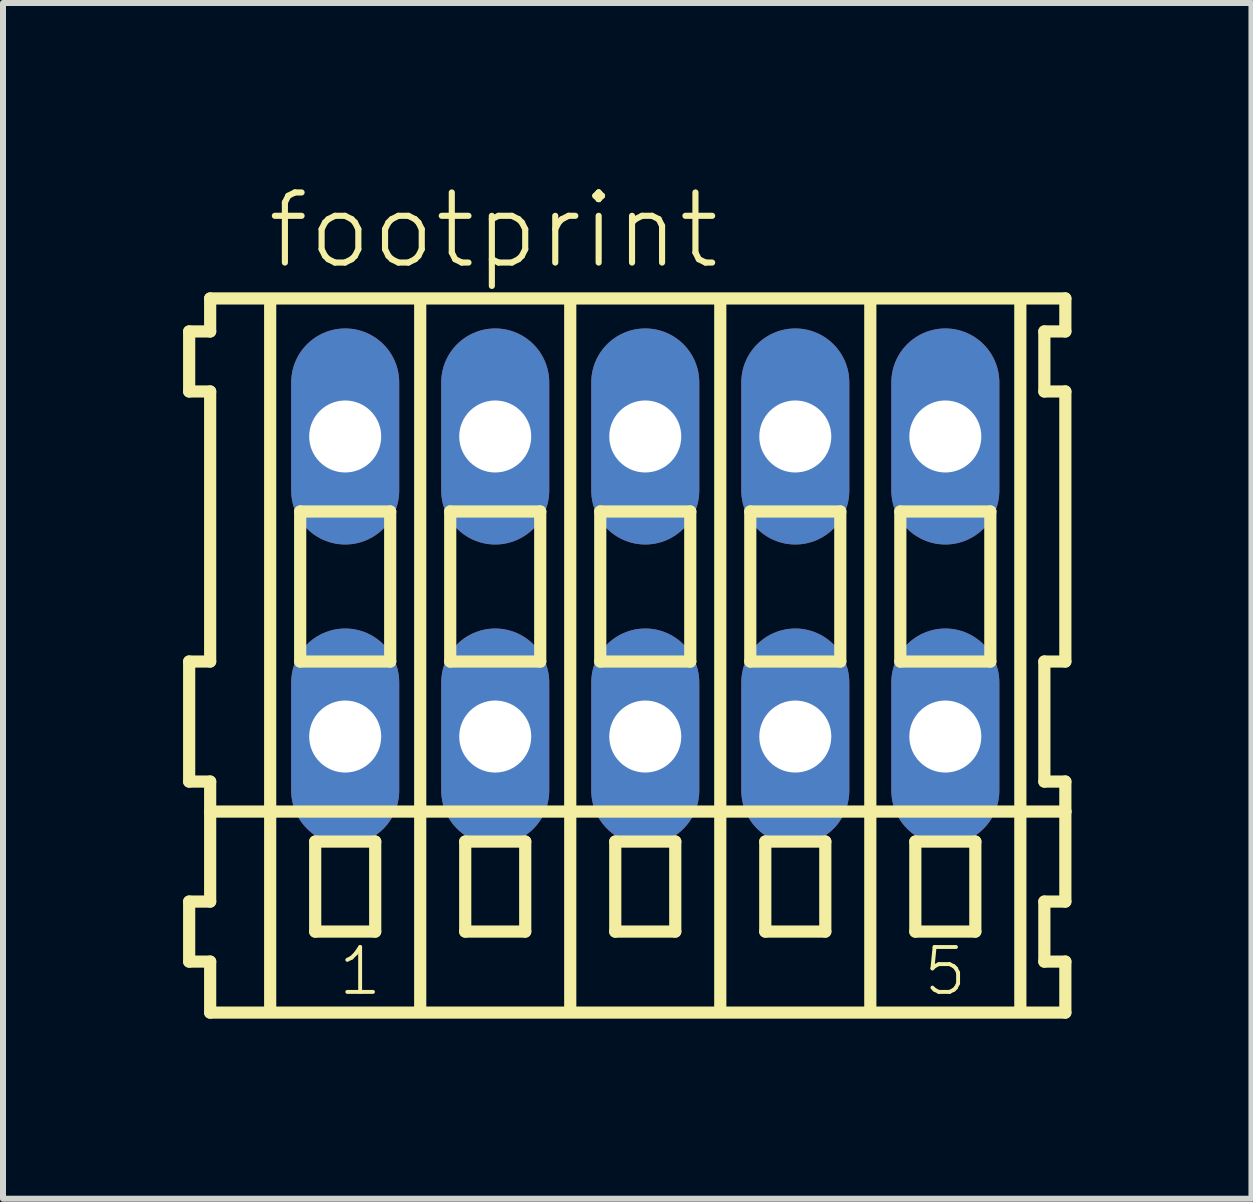
<source format=kicad_pcb>
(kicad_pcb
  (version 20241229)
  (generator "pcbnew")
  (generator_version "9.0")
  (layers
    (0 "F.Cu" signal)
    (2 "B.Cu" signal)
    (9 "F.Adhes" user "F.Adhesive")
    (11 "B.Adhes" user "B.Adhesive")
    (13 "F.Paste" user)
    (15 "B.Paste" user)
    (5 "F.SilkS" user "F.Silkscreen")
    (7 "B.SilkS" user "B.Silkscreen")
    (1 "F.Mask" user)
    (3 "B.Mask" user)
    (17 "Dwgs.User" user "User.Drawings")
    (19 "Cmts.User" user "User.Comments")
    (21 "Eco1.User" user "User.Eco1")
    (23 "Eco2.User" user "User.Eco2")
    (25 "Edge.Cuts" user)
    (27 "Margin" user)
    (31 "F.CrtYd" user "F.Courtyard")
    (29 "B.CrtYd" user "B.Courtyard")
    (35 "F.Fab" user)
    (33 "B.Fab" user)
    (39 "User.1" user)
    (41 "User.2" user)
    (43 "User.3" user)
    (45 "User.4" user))
  (footprint "footprint"
    (layer "F.Cu")
    (at 7.702 6.723)
    (property "Reference" "footprint" (at -6.35 -5.25 0) (layer "F.SilkS") (effects (font (size 1.168 1.168) (thickness 0.102)) (justify left bottom)))
    (fp_line (start -7.6 -4.25) (end -7.6 -3.25) (stroke (width 0.203) (type solid)) (layer "F.SilkS"))
    (fp_line (start -7.6 -3.25) (end -7.25 -3.25) (stroke (width 0.203) (type solid)) (layer "F.SilkS"))
    (fp_line (start -7.6 1.25) (end -7.6 3.25) (stroke (width 0.203) (type solid)) (layer "F.SilkS"))
    (fp_line (start -7.6 3.25) (end -7.25 3.25) (stroke (width 0.203) (type solid)) (layer "F.SilkS"))
    (fp_line (start -7.6 5.25) (end -7.6 6.25) (stroke (width 0.203) (type solid)) (layer "F.SilkS"))
    (fp_line (start -7.6 6.25) (end -7.25 6.25) (stroke (width 0.203) (type solid)) (layer "F.SilkS"))
    (fp_line (start -7.25 -4.8) (end -7.25 -4.25) (stroke (width 0.203) (type solid)) (layer "F.SilkS"))
    (fp_line (start -7.25 -4.25) (end -7.6 -4.25) (stroke (width 0.203) (type solid)) (layer "F.SilkS"))
    (fp_line (start -7.25 -3.25) (end -7.25 1.25) (stroke (width 0.203) (type solid)) (layer "F.SilkS"))
    (fp_line (start -7.25 1.25) (end -7.6 1.25) (stroke (width 0.203) (type solid)) (layer "F.SilkS"))
    (fp_line (start -7.25 3.25) (end -7.25 5.25) (stroke (width 0.203) (type solid)) (layer "F.SilkS"))
    (fp_line (start -7.25 3.75) (end 7 3.75) (stroke (width 0.203) (type solid)) (layer "F.SilkS"))
    (fp_line (start -7.25 5.25) (end -7.6 5.25) (stroke (width 0.203) (type solid)) (layer "F.SilkS"))
    (fp_line (start -7.25 6.25) (end -7.25 7.1) (stroke (width 0.203) (type solid)) (layer "F.SilkS"))
    (fp_line (start -7.25 7.1) (end 7 7.1) (stroke (width 0.203) (type solid)) (layer "F.SilkS"))
    (fp_line (start -6.25 -4.75) (end -6.25 7) (stroke (width 0.203) (type solid)) (layer "F.SilkS"))
    (fp_line (start -5.75 -1.25) (end -5.75 1.25) (stroke (width 0.203) (type solid)) (layer "F.SilkS"))
    (fp_line (start -5.75 1.25) (end -4.25 1.25) (stroke (width 0.203) (type solid)) (layer "F.SilkS"))
    (fp_line (start -5.5 4.25) (end -5.5 5.75) (stroke (width 0.203) (type solid)) (layer "F.SilkS"))
    (fp_line (start -5.5 5.75) (end -4.5 5.75) (stroke (width 0.203) (type solid)) (layer "F.SilkS"))
    (fp_line (start -4.5 4.25) (end -5.5 4.25) (stroke (width 0.203) (type solid)) (layer "F.SilkS"))
    (fp_line (start -4.5 5.75) (end -4.5 4.25) (stroke (width 0.203) (type solid)) (layer "F.SilkS"))
    (fp_line (start -4.25 -1.25) (end -5.75 -1.25) (stroke (width 0.203) (type solid)) (layer "F.SilkS"))
    (fp_line (start -4.25 1.25) (end -4.25 -1.25) (stroke (width 0.203) (type solid)) (layer "F.SilkS"))
    (fp_line (start -3.75 -4.75) (end -3.75 7) (stroke (width 0.203) (type solid)) (layer "F.SilkS"))
    (fp_line (start -3.25 -1.25) (end -3.25 1.25) (stroke (width 0.203) (type solid)) (layer "F.SilkS"))
    (fp_line (start -3.25 1.25) (end -1.75 1.25) (stroke (width 0.203) (type solid)) (layer "F.SilkS"))
    (fp_line (start -3 4.25) (end -3 5.75) (stroke (width 0.203) (type solid)) (layer "F.SilkS"))
    (fp_line (start -3 5.75) (end -2 5.75) (stroke (width 0.203) (type solid)) (layer "F.SilkS"))
    (fp_line (start -2 4.25) (end -3 4.25) (stroke (width 0.203) (type solid)) (layer "F.SilkS"))
    (fp_line (start -2 5.75) (end -2 4.25) (stroke (width 0.203) (type solid)) (layer "F.SilkS"))
    (fp_line (start -1.75 -1.25) (end -3.25 -1.25) (stroke (width 0.203) (type solid)) (layer "F.SilkS"))
    (fp_line (start -1.75 1.25) (end -1.75 -1.25) (stroke (width 0.203) (type solid)) (layer "F.SilkS"))
    (fp_line (start -1.25 -4.75) (end -1.25 7) (stroke (width 0.203) (type solid)) (layer "F.SilkS"))
    (fp_line (start -0.75 -1.25) (end -0.75 1.25) (stroke (width 0.203) (type solid)) (layer "F.SilkS"))
    (fp_line (start -0.75 1.25) (end 0.75 1.25) (stroke (width 0.203) (type solid)) (layer "F.SilkS"))
    (fp_line (start -0.5 4.25) (end -0.5 5.75) (stroke (width 0.203) (type solid)) (layer "F.SilkS"))
    (fp_line (start -0.5 5.75) (end 0.5 5.75) (stroke (width 0.203) (type solid)) (layer "F.SilkS"))
    (fp_line (start 0.5 4.25) (end -0.5 4.25) (stroke (width 0.203) (type solid)) (layer "F.SilkS"))
    (fp_line (start 0.5 5.75) (end 0.5 4.25) (stroke (width 0.203) (type solid)) (layer "F.SilkS"))
    (fp_line (start 0.75 -1.25) (end -0.75 -1.25) (stroke (width 0.203) (type solid)) (layer "F.SilkS"))
    (fp_line (start 0.75 1.25) (end 0.75 -1.25) (stroke (width 0.203) (type solid)) (layer "F.SilkS"))
    (fp_line (start 1.25 -4.75) (end 1.25 7) (stroke (width 0.203) (type solid)) (layer "F.SilkS"))
    (fp_line (start 1.75 -1.25) (end 1.75 1.25) (stroke (width 0.203) (type solid)) (layer "F.SilkS"))
    (fp_line (start 1.75 1.25) (end 3.25 1.25) (stroke (width 0.203) (type solid)) (layer "F.SilkS"))
    (fp_line (start 2 4.25) (end 2 5.75) (stroke (width 0.203) (type solid)) (layer "F.SilkS"))
    (fp_line (start 2 5.75) (end 3 5.75) (stroke (width 0.203) (type solid)) (layer "F.SilkS"))
    (fp_line (start 3 4.25) (end 2 4.25) (stroke (width 0.203) (type solid)) (layer "F.SilkS"))
    (fp_line (start 3 5.75) (end 3 4.25) (stroke (width 0.203) (type solid)) (layer "F.SilkS"))
    (fp_line (start 3.25 -1.25) (end 1.75 -1.25) (stroke (width 0.203) (type solid)) (layer "F.SilkS"))
    (fp_line (start 3.25 1.25) (end 3.25 -1.25) (stroke (width 0.203) (type solid)) (layer "F.SilkS"))
    (fp_line (start 3.75 -4.75) (end 3.75 7) (stroke (width 0.203) (type solid)) (layer "F.SilkS"))
    (fp_line (start 4.25 -1.25) (end 4.25 1.25) (stroke (width 0.203) (type solid)) (layer "F.SilkS"))
    (fp_line (start 4.25 1.25) (end 5.75 1.25) (stroke (width 0.203) (type solid)) (layer "F.SilkS"))
    (fp_line (start 4.5 4.25) (end 4.5 5.75) (stroke (width 0.203) (type solid)) (layer "F.SilkS"))
    (fp_line (start 4.5 5.75) (end 5.5 5.75) (stroke (width 0.203) (type solid)) (layer "F.SilkS"))
    (fp_line (start 5.5 4.25) (end 4.5 4.25) (stroke (width 0.203) (type solid)) (layer "F.SilkS"))
    (fp_line (start 5.5 5.75) (end 5.5 4.25) (stroke (width 0.203) (type solid)) (layer "F.SilkS"))
    (fp_line (start 5.75 -1.25) (end 4.25 -1.25) (stroke (width 0.203) (type solid)) (layer "F.SilkS"))
    (fp_line (start 5.75 1.25) (end 5.75 -1.25) (stroke (width 0.203) (type solid)) (layer "F.SilkS"))
    (fp_line (start 6.25 -4.75) (end 6.25 7) (stroke (width 0.203) (type solid)) (layer "F.SilkS"))
    (fp_line (start 6.65 -4.25) (end 6.65 -3.25) (stroke (width 0.203) (type solid)) (layer "F.SilkS"))
    (fp_line (start 6.65 -3.25) (end 7 -3.25) (stroke (width 0.203) (type solid)) (layer "F.SilkS"))
    (fp_line (start 6.65 1.25) (end 6.65 3.25) (stroke (width 0.203) (type solid)) (layer "F.SilkS"))
    (fp_line (start 6.65 3.25) (end 7 3.25) (stroke (width 0.203) (type solid)) (layer "F.SilkS"))
    (fp_line (start 6.65 5.25) (end 6.65 6.25) (stroke (width 0.203) (type solid)) (layer "F.SilkS"))
    (fp_line (start 6.65 6.25) (end 7 6.25) (stroke (width 0.203) (type solid)) (layer "F.SilkS"))
    (fp_line (start 7 -4.8) (end -7.25 -4.8) (stroke (width 0.203) (type solid)) (layer "F.SilkS"))
    (fp_line (start 7 -4.25) (end 6.65 -4.25) (stroke (width 0.203) (type solid)) (layer "F.SilkS"))
    (fp_line (start 7 -4.25) (end 7 -4.8) (stroke (width 0.203) (type solid)) (layer "F.SilkS"))
    (fp_line (start 7 1.25) (end 6.65 1.25) (stroke (width 0.203) (type solid)) (layer "F.SilkS"))
    (fp_line (start 7 1.25) (end 7 -3.25) (stroke (width 0.203) (type solid)) (layer "F.SilkS"))
    (fp_line (start 7 3.75) (end 7 3.25) (stroke (width 0.203) (type solid)) (layer "F.SilkS"))
    (fp_line (start 7 5.25) (end 6.65 5.25) (stroke (width 0.203) (type solid)) (layer "F.SilkS"))
    (fp_line (start 7 5.25) (end 7 3.75) (stroke (width 0.203) (type solid)) (layer "F.SilkS"))
    (fp_line (start 7 7.1) (end 7 6.25) (stroke (width 0.203) (type solid)) (layer "F.SilkS"))
    (fp_text user "5" (at 4.6 6.85 0) (layer "F.SilkS") (effects (font (size 0.748 0.748) (thickness 0.065)) (justify left bottom)))
    (fp_text user "1" (at -5.15 6.85 0) (layer "F.SilkS") (effects (font (size 0.748 0.748) (thickness 0.065)) (justify left bottom)))
    (pad "A1" thru_hole oval (at -5 -2.5 90) (size 3.6 1.8) (drill 1.2) (layers "*.Cu" "*.Mask"))
    (pad "A2" thru_hole oval (at -2.5 -2.5 90) (size 3.6 1.8) (drill 1.2) (layers "*.Cu" "*.Mask"))
    (pad "A3" thru_hole oval (at 0 -2.5 90) (size 3.6 1.8) (drill 1.2) (layers "*.Cu" "*.Mask"))
    (pad "A4" thru_hole oval (at 2.5 -2.5 90) (size 3.6 1.8) (drill 1.2) (layers "*.Cu" "*.Mask"))
    (pad "A5" thru_hole oval (at 5 -2.5 90) (size 3.6 1.8) (drill 1.2) (layers "*.Cu" "*.Mask"))
    (pad "B1" thru_hole oval (at -5 2.5 90) (size 3.6 1.8) (drill 1.2) (layers "*.Cu" "*.Mask"))
    (pad "B2" thru_hole oval (at -2.5 2.5 90) (size 3.6 1.8) (drill 1.2) (layers "*.Cu" "*.Mask"))
    (pad "B3" thru_hole oval (at 0 2.5 90) (size 3.6 1.8) (drill 1.2) (layers "*.Cu" "*.Mask"))
    (pad "B4" thru_hole oval (at 2.5 2.5 90) (size 3.6 1.8) (drill 1.2) (layers "*.Cu" "*.Mask"))
    (pad "B5" thru_hole oval (at 5 2.5 90) (size 3.6 1.8) (drill 1.2) (layers "*.Cu" "*.Mask")))
  (gr_rect
    (start -3 -3)
    (end 17.803 16.925)
    (stroke (width 0.1) (type default))
    (fill no)
    (layer "Edge.Cuts")))
</source>
